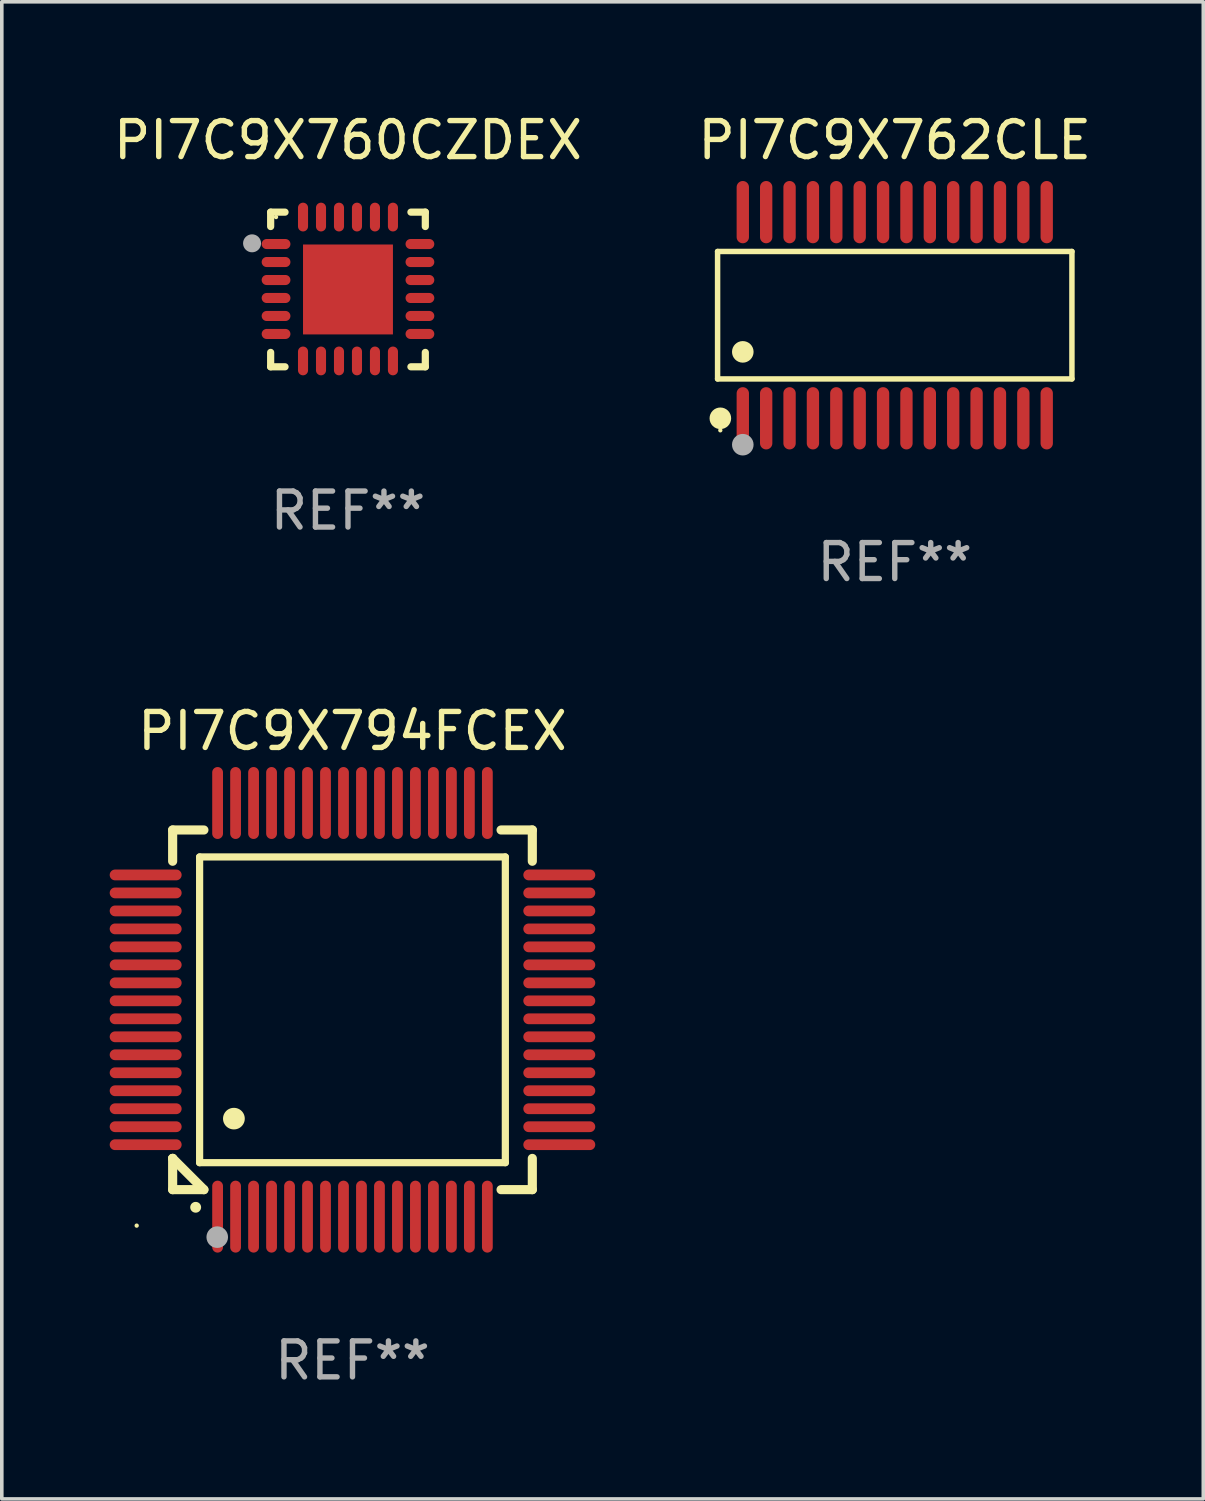
<source format=kicad_pcb>
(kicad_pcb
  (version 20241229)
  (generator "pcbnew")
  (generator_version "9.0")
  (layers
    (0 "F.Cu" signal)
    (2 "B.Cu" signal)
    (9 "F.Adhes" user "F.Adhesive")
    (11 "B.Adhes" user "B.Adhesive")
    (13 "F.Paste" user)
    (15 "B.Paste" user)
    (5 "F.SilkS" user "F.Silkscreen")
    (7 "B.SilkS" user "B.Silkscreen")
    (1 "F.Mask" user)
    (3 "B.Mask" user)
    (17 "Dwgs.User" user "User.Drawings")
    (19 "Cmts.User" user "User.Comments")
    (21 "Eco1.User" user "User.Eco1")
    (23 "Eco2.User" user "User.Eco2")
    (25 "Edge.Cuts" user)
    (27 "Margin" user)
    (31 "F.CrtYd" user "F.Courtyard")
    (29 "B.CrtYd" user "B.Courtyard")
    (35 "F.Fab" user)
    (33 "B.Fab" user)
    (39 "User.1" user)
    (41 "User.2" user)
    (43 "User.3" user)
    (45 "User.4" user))
  (footprint "PI7C9X794FCEX"
    (layer "F.Cu")
    (at 6.75 25.026)
    (property "Reference" "PI7C9X794FCEX" (at 0 -7.75 0) (layer "F.SilkS") (effects (font (size 1 1) (thickness 0.15))))
    (attr through_hole)
    (fp_line (start -5 -5) (end -4.131 -5) (stroke (width 0.254) (type solid)) (layer "F.SilkS"))
    (fp_line (start -5 -4.131) (end -5 -5) (stroke (width 0.254) (type solid)) (layer "F.SilkS"))
    (fp_line (start -5 4.131) (end -5 4.131) (stroke (width 0.254) (type solid)) (layer "F.SilkS"))
    (fp_line (start -5 5) (end -5 4.131) (stroke (width 0.254) (type solid)) (layer "F.SilkS"))
    (fp_line (start -5 4.131) (end -4.131 5) (stroke (width 0.254) (type solid)) (layer "F.SilkS"))
    (fp_line (start -4.25 -4.25) (end -4.25 4.25) (stroke (width 0.2) (type solid)) (layer "F.SilkS"))
    (fp_line (start -4.25 4.25) (end 4.25 4.25) (stroke (width 0.2) (type solid)) (layer "F.SilkS"))
    (fp_line (start -4.131 5) (end -5 5) (stroke (width 0.254) (type solid)) (layer "F.SilkS"))
    (fp_line (start 4.25 -4.25) (end -4.25 -4.25) (stroke (width 0.2) (type solid)) (layer "F.SilkS"))
    (fp_line (start 4.25 4.25) (end 4.25 -4.25) (stroke (width 0.2) (type solid)) (layer "F.SilkS"))
    (fp_line (start 5 -5) (end 4.131 -5) (stroke (width 0.254) (type solid)) (layer "F.SilkS"))
    (fp_line (start 5 -5) (end 5 -4.131) (stroke (width 0.254) (type solid)) (layer "F.SilkS"))
    (fp_line (start 5 4.131) (end 5 5) (stroke (width 0.254) (type solid)) (layer "F.SilkS"))
    (fp_line (start 5 5) (end 4.131 5) (stroke (width 0.254) (type solid)) (layer "F.SilkS"))
    (fp_arc (start -4.361265 5.489992) (mid -4.359995 5.489987) (end -4.358725 5.489992) (stroke (width 0.3) (type solid)) (layer "F.SilkS"))
    (fp_arc (start -3.299467 3.025146) (mid -3.296927 3.025135) (end -3.294387 3.025146) (stroke (width 0.6) (type solid)) (layer "F.SilkS"))
    (fp_circle (center -6 6) (end -5.97 6) (stroke (width 0.06) (type solid)) (fill no) (layer "F.SilkS"))
    (fp_circle (center -3.76 6.32) (end -3.61 6.32) (stroke (width 0.3) (type solid)) (fill no) (layer "F.Fab"))
    (fp_text user "REF**" (at 0 9.75 0) (layer "F.Fab") (effects (font (size 1 1) (thickness 0.15))))
    (pad "1" smd oval (at -3.75 5.75) (size 0.3 2) (layers "F.Cu" "F.Mask" "F.Paste"))
    (pad "2" smd oval (at -3.25 5.75) (size 0.3 2) (layers "F.Cu" "F.Mask" "F.Paste"))
    (pad "3" smd oval (at -2.75 5.75) (size 0.3 2) (layers "F.Cu" "F.Mask" "F.Paste"))
    (pad "4" smd oval (at -2.25 5.75) (size 0.3 2) (layers "F.Cu" "F.Mask" "F.Paste"))
    (pad "5" smd oval (at -1.75 5.75) (size 0.3 2) (layers "F.Cu" "F.Mask" "F.Paste"))
    (pad "6" smd oval (at -1.25 5.75) (size 0.3 2) (layers "F.Cu" "F.Mask" "F.Paste"))
    (pad "7" smd oval (at -0.75 5.75) (size 0.3 2) (layers "F.Cu" "F.Mask" "F.Paste"))
    (pad "8" smd oval (at -0.25 5.75) (size 0.3 2) (layers "F.Cu" "F.Mask" "F.Paste"))
    (pad "9" smd oval (at 0.25 5.75) (size 0.3 2) (layers "F.Cu" "F.Mask" "F.Paste"))
    (pad "10" smd oval (at 0.75 5.75) (size 0.3 2) (layers "F.Cu" "F.Mask" "F.Paste"))
    (pad "11" smd oval (at 1.25 5.75) (size 0.3 2) (layers "F.Cu" "F.Mask" "F.Paste"))
    (pad "12" smd oval (at 1.75 5.75) (size 0.3 2) (layers "F.Cu" "F.Mask" "F.Paste"))
    (pad "13" smd oval (at 2.25 5.75) (size 0.3 2) (layers "F.Cu" "F.Mask" "F.Paste"))
    (pad "14" smd oval (at 2.75 5.75) (size 0.3 2) (layers "F.Cu" "F.Mask" "F.Paste"))
    (pad "15" smd oval (at 3.25 5.75) (size 0.3 2) (layers "F.Cu" "F.Mask" "F.Paste"))
    (pad "16" smd oval (at 3.75 5.75) (size 0.3 2) (layers "F.Cu" "F.Mask" "F.Paste"))
    (pad "17" smd oval (at 5.75 3.75) (size 2 0.3) (layers "F.Cu" "F.Mask" "F.Paste"))
    (pad "18" smd oval (at 5.75 3.25) (size 2 0.3) (layers "F.Cu" "F.Mask" "F.Paste"))
    (pad "19" smd oval (at 5.75 2.75) (size 2 0.3) (layers "F.Cu" "F.Mask" "F.Paste"))
    (pad "20" smd oval (at 5.75 2.25) (size 2 0.3) (layers "F.Cu" "F.Mask" "F.Paste"))
    (pad "21" smd oval (at 5.75 1.75) (size 2 0.3) (layers "F.Cu" "F.Mask" "F.Paste"))
    (pad "22" smd oval (at 5.75 1.25) (size 2 0.3) (layers "F.Cu" "F.Mask" "F.Paste"))
    (pad "23" smd oval (at 5.75 0.75) (size 2 0.3) (layers "F.Cu" "F.Mask" "F.Paste"))
    (pad "24" smd oval (at 5.75 0.25) (size 2 0.3) (layers "F.Cu" "F.Mask" "F.Paste"))
    (pad "25" smd oval (at 5.75 -0.25) (size 2 0.3) (layers "F.Cu" "F.Mask" "F.Paste"))
    (pad "26" smd oval (at 5.75 -0.75) (size 2 0.3) (layers "F.Cu" "F.Mask" "F.Paste"))
    (pad "27" smd oval (at 5.75 -1.25) (size 2 0.3) (layers "F.Cu" "F.Mask" "F.Paste"))
    (pad "28" smd oval (at 5.75 -1.75) (size 2 0.3) (layers "F.Cu" "F.Mask" "F.Paste"))
    (pad "29" smd oval (at 5.75 -2.25) (size 2 0.3) (layers "F.Cu" "F.Mask" "F.Paste"))
    (pad "30" smd oval (at 5.75 -2.75) (size 2 0.3) (layers "F.Cu" "F.Mask" "F.Paste"))
    (pad "31" smd oval (at 5.75 -3.25) (size 2 0.3) (layers "F.Cu" "F.Mask" "F.Paste"))
    (pad "32" smd oval (at 5.75 -3.75) (size 2 0.3) (layers "F.Cu" "F.Mask" "F.Paste"))
    (pad "33" smd oval (at 3.75 -5.75) (size 0.3 2) (layers "F.Cu" "F.Mask" "F.Paste"))
    (pad "34" smd oval (at 3.25 -5.75) (size 0.3 2) (layers "F.Cu" "F.Mask" "F.Paste"))
    (pad "35" smd oval (at 2.75 -5.75) (size 0.3 2) (layers "F.Cu" "F.Mask" "F.Paste"))
    (pad "36" smd oval (at 2.25 -5.75) (size 0.3 2) (layers "F.Cu" "F.Mask" "F.Paste"))
    (pad "37" smd oval (at 1.75 -5.75) (size 0.3 2) (layers "F.Cu" "F.Mask" "F.Paste"))
    (pad "38" smd oval (at 1.25 -5.75) (size 0.3 2) (layers "F.Cu" "F.Mask" "F.Paste"))
    (pad "39" smd oval (at 0.75 -5.75) (size 0.3 2) (layers "F.Cu" "F.Mask" "F.Paste"))
    (pad "40" smd oval (at 0.25 -5.75) (size 0.3 2) (layers "F.Cu" "F.Mask" "F.Paste"))
    (pad "41" smd oval (at -0.25 -5.75) (size 0.3 2) (layers "F.Cu" "F.Mask" "F.Paste"))
    (pad "42" smd oval (at -0.75 -5.75) (size 0.3 2) (layers "F.Cu" "F.Mask" "F.Paste"))
    (pad "43" smd oval (at -1.25 -5.75) (size 0.3 2) (layers "F.Cu" "F.Mask" "F.Paste"))
    (pad "44" smd oval (at -1.75 -5.75) (size 0.3 2) (layers "F.Cu" "F.Mask" "F.Paste"))
    (pad "45" smd oval (at -2.25 -5.75) (size 0.3 2) (layers "F.Cu" "F.Mask" "F.Paste"))
    (pad "46" smd oval (at -2.75 -5.75) (size 0.3 2) (layers "F.Cu" "F.Mask" "F.Paste"))
    (pad "47" smd oval (at -3.25 -5.75) (size 0.3 2) (layers "F.Cu" "F.Mask" "F.Paste"))
    (pad "48" smd oval (at -3.75 -5.75) (size 0.3 2) (layers "F.Cu" "F.Mask" "F.Paste"))
    (pad "49" smd oval (at -5.75 -3.75) (size 2 0.3) (layers "F.Cu" "F.Mask" "F.Paste"))
    (pad "50" smd oval (at -5.75 -3.25) (size 2 0.3) (layers "F.Cu" "F.Mask" "F.Paste"))
    (pad "51" smd oval (at -5.75 -2.75) (size 2 0.3) (layers "F.Cu" "F.Mask" "F.Paste"))
    (pad "52" smd oval (at -5.75 -2.25) (size 2 0.3) (layers "F.Cu" "F.Mask" "F.Paste"))
    (pad "53" smd oval (at -5.75 -1.75) (size 2 0.3) (layers "F.Cu" "F.Mask" "F.Paste"))
    (pad "54" smd oval (at -5.75 -1.25) (size 2 0.3) (layers "F.Cu" "F.Mask" "F.Paste"))
    (pad "55" smd oval (at -5.75 -0.75) (size 2 0.3) (layers "F.Cu" "F.Mask" "F.Paste"))
    (pad "56" smd oval (at -5.75 -0.25) (size 2 0.3) (layers "F.Cu" "F.Mask" "F.Paste"))
    (pad "57" smd oval (at -5.75 0.25) (size 2 0.3) (layers "F.Cu" "F.Mask" "F.Paste"))
    (pad "58" smd oval (at -5.75 0.75) (size 2 0.3) (layers "F.Cu" "F.Mask" "F.Paste"))
    (pad "59" smd oval (at -5.75 1.25) (size 2 0.3) (layers "F.Cu" "F.Mask" "F.Paste"))
    (pad "60" smd oval (at -5.75 1.75) (size 2 0.3) (layers "F.Cu" "F.Mask" "F.Paste"))
    (pad "61" smd oval (at -5.75 2.25) (size 2 0.3) (layers "F.Cu" "F.Mask" "F.Paste"))
    (pad "62" smd oval (at -5.75 2.75) (size 2 0.3) (layers "F.Cu" "F.Mask" "F.Paste"))
    (pad "63" smd oval (at -5.75 3.25) (size 2 0.3) (layers "F.Cu" "F.Mask" "F.Paste"))
    (pad "64" smd oval (at -5.75 3.75) (size 2 0.3) (layers "F.Cu" "F.Mask" "F.Paste")))
  (footprint "PI7C9X762CLE"
    (layer "F.Cu")
    (at 21.827 5.714)
    (property "Reference" "PI7C9X762CLE" (at 0 -4.866 0) (layer "F.SilkS") (effects (font (size 1 1) (thickness 0.15))))
    (attr through_hole)
    (fp_line (start -4.926 -1.772) (end 4.926 -1.772) (stroke (width 0.152) (type solid)) (layer "F.SilkS"))
    (fp_line (start -4.926 1.771) (end -4.926 -1.772) (stroke (width 0.152) (type solid)) (layer "F.SilkS"))
    (fp_line (start 4.926 -1.772) (end 4.926 1.771) (stroke (width 0.152) (type solid)) (layer "F.SilkS"))
    (fp_line (start 4.926 1.771) (end -4.926 1.771) (stroke (width 0.152) (type solid)) (layer "F.SilkS"))
    (fp_circle (center -4.85 3.2) (end -4.82 3.2) (stroke (width 0.06) (type solid)) (fill no) (layer "F.SilkS"))
    (fp_circle (center -4.849 2.866) (end -4.699 2.866) (stroke (width 0.3) (type solid)) (fill no) (layer "F.SilkS"))
    (fp_circle (center -4.225 1.019) (end -4.075 1.019) (stroke (width 0.3) (type solid)) (fill no) (layer "F.SilkS"))
    (fp_circle (center -4.225 3.6) (end -4.075 3.6) (stroke (width 0.3) (type solid)) (fill no) (layer "F.Fab"))
    (fp_text user "REF**" (at 0 6.866 0) (layer "F.Fab") (effects (font (size 1 1) (thickness 0.15))))
    (pad "1" smd oval (at -4.225 2.866) (size 0.343 1.731) (layers "F.Cu" "F.Mask" "F.Paste"))
    (pad "2" smd oval (at -3.575 2.866) (size 0.343 1.731) (layers "F.Cu" "F.Mask" "F.Paste"))
    (pad "3" smd oval (at -2.925 2.866) (size 0.343 1.731) (layers "F.Cu" "F.Mask" "F.Paste"))
    (pad "4" smd oval (at -2.275 2.866) (size 0.343 1.731) (layers "F.Cu" "F.Mask" "F.Paste"))
    (pad "5" smd oval (at -1.625 2.866) (size 0.343 1.731) (layers "F.Cu" "F.Mask" "F.Paste"))
    (pad "6" smd oval (at -0.975 2.866) (size 0.343 1.731) (layers "F.Cu" "F.Mask" "F.Paste"))
    (pad "7" smd oval (at -0.325 2.866) (size 0.343 1.731) (layers "F.Cu" "F.Mask" "F.Paste"))
    (pad "8" smd oval (at 0.325 2.866) (size 0.343 1.731) (layers "F.Cu" "F.Mask" "F.Paste"))
    (pad "9" smd oval (at 0.975 2.866) (size 0.343 1.731) (layers "F.Cu" "F.Mask" "F.Paste"))
    (pad "10" smd oval (at 1.625 2.866) (size 0.343 1.731) (layers "F.Cu" "F.Mask" "F.Paste"))
    (pad "11" smd oval (at 2.275 2.866) (size 0.343 1.731) (layers "F.Cu" "F.Mask" "F.Paste"))
    (pad "12" smd oval (at 2.925 2.866) (size 0.343 1.731) (layers "F.Cu" "F.Mask" "F.Paste"))
    (pad "13" smd oval (at 3.575 2.866) (size 0.343 1.731) (layers "F.Cu" "F.Mask" "F.Paste"))
    (pad "14" smd oval (at 4.225 2.866) (size 0.343 1.731) (layers "F.Cu" "F.Mask" "F.Paste"))
    (pad "15" smd oval (at 4.225 -2.866) (size 0.343 1.731) (layers "F.Cu" "F.Mask" "F.Paste"))
    (pad "16" smd oval (at 3.575 -2.866) (size 0.343 1.731) (layers "F.Cu" "F.Mask" "F.Paste"))
    (pad "17" smd oval (at 2.925 -2.866) (size 0.343 1.731) (layers "F.Cu" "F.Mask" "F.Paste"))
    (pad "18" smd oval (at 2.275 -2.866) (size 0.343 1.731) (layers "F.Cu" "F.Mask" "F.Paste"))
    (pad "19" smd oval (at 1.625 -2.866) (size 0.343 1.731) (layers "F.Cu" "F.Mask" "F.Paste"))
    (pad "20" smd oval (at 0.975 -2.866) (size 0.343 1.731) (layers "F.Cu" "F.Mask" "F.Paste"))
    (pad "21" smd oval (at 0.325 -2.866) (size 0.343 1.731) (layers "F.Cu" "F.Mask" "F.Paste"))
    (pad "22" smd oval (at -0.325 -2.866) (size 0.343 1.731) (layers "F.Cu" "F.Mask" "F.Paste"))
    (pad "23" smd oval (at -0.975 -2.866) (size 0.343 1.731) (layers "F.Cu" "F.Mask" "F.Paste"))
    (pad "24" smd oval (at -1.625 -2.866) (size 0.343 1.731) (layers "F.Cu" "F.Mask" "F.Paste"))
    (pad "25" smd oval (at -2.275 -2.866) (size 0.343 1.731) (layers "F.Cu" "F.Mask" "F.Paste"))
    (pad "26" smd oval (at -2.925 -2.866) (size 0.343 1.731) (layers "F.Cu" "F.Mask" "F.Paste"))
    (pad "27" smd oval (at -3.575 -2.866) (size 0.343 1.731) (layers "F.Cu" "F.Mask" "F.Paste"))
    (pad "28" smd oval (at -4.225 -2.866) (size 0.343 1.731) (layers "F.Cu" "F.Mask" "F.Paste")))
  (footprint "PI7C9X760CZDEX"
    (layer "F.Cu")
    (at 6.625 4.998)
    (property "Reference" "PI7C9X760CZDEX" (at 0 -4.15 0) (layer "F.SilkS") (effects (font (size 1 1) (thickness 0.15))))
    (attr through_hole)
    (fp_line (start -2.15 -2.15) (end -1.75 -2.15) (stroke (width 0.2) (type solid)) (layer "F.SilkS"))
    (fp_line (start -2.15 -1.75) (end -2.15 -2.15) (stroke (width 0.2) (type solid)) (layer "F.SilkS"))
    (fp_line (start -2.15 2.15) (end -2.15 1.75) (stroke (width 0.2) (type solid)) (layer "F.SilkS"))
    (fp_line (start -1.75 2.15) (end -2.15 2.15) (stroke (width 0.2) (type solid)) (layer "F.SilkS"))
    (fp_line (start 1.75 -2.15) (end 2.15 -2.15) (stroke (width 0.2) (type solid)) (layer "F.SilkS"))
    (fp_line (start 1.75 2.15) (end 2.15 2.15) (stroke (width 0.2) (type solid)) (layer "F.SilkS"))
    (fp_line (start 2.15 -2.15) (end 2.15 -1.75) (stroke (width 0.2) (type solid)) (layer "F.SilkS"))
    (fp_line (start 2.15 2.15) (end 2.15 1.75) (stroke (width 0.2) (type solid)) (layer "F.SilkS"))
    (fp_circle (center -2 -2.013) (end -1.97 -2.013) (stroke (width 0.06) (type solid)) (fill no) (layer "F.SilkS"))
    (fp_circle (center -2.667 -1.283) (end -2.542 -1.283) (stroke (width 0.25) (type solid)) (fill no) (layer "F.Fab"))
    (fp_text user "REF**" (at 0 6.15 0) (layer "F.Fab") (effects (font (size 1 1) (thickness 0.15))))
    (pad "1" smd oval (at -2 -1.263) (size 0.8 0.28) (layers "F.Cu" "F.Mask" "F.Paste"))
    (pad "2" smd oval (at -2 -0.763) (size 0.8 0.28) (layers "F.Cu" "F.Mask" "F.Paste"))
    (pad "3" smd oval (at -2 -0.263) (size 0.8 0.28) (layers "F.Cu" "F.Mask" "F.Paste"))
    (pad "4" smd oval (at -2 0.237) (size 0.8 0.28) (layers "F.Cu" "F.Mask" "F.Paste"))
    (pad "5" smd oval (at -2 0.737) (size 0.8 0.28) (layers "F.Cu" "F.Mask" "F.Paste"))
    (pad "6" smd oval (at -2 1.237) (size 0.8 0.28) (layers "F.Cu" "F.Mask" "F.Paste"))
    (pad "7" smd oval (at -1.25 1.987) (size 0.28 0.8) (layers "F.Cu" "F.Mask" "F.Paste"))
    (pad "8" smd oval (at -0.75 1.987) (size 0.28 0.8) (layers "F.Cu" "F.Mask" "F.Paste"))
    (pad "9" smd oval (at -0.25 1.987) (size 0.28 0.8) (layers "F.Cu" "F.Mask" "F.Paste"))
    (pad "10" smd oval (at 0.25 1.987) (size 0.28 0.8) (layers "F.Cu" "F.Mask" "F.Paste"))
    (pad "11" smd oval (at 0.75 1.987) (size 0.28 0.8) (layers "F.Cu" "F.Mask" "F.Paste"))
    (pad "12" smd oval (at 1.25 1.987) (size 0.28 0.8) (layers "F.Cu" "F.Mask" "F.Paste"))
    (pad "13" smd oval (at 2 1.237) (size 0.8 0.28) (layers "F.Cu" "F.Mask" "F.Paste"))
    (pad "14" smd oval (at 2 0.737) (size 0.8 0.28) (layers "F.Cu" "F.Mask" "F.Paste"))
    (pad "15" smd oval (at 2 0.237) (size 0.8 0.28) (layers "F.Cu" "F.Mask" "F.Paste"))
    (pad "16" smd oval (at 2 -0.263) (size 0.8 0.28) (layers "F.Cu" "F.Mask" "F.Paste"))
    (pad "17" smd oval (at 2 -0.763) (size 0.8 0.28) (layers "F.Cu" "F.Mask" "F.Paste"))
    (pad "18" smd oval (at 2 -1.263) (size 0.8 0.28) (layers "F.Cu" "F.Mask" "F.Paste"))
    (pad "19" smd oval (at 1.25 -2.013) (size 0.28 0.8) (layers "F.Cu" "F.Mask" "F.Paste"))
    (pad "20" smd oval (at 0.75 -2.013) (size 0.28 0.8) (layers "F.Cu" "F.Mask" "F.Paste"))
    (pad "21" smd oval (at 0.25 -2.013) (size 0.28 0.8) (layers "F.Cu" "F.Mask" "F.Paste"))
    (pad "22" smd oval (at -0.25 -2.013) (size 0.28 0.8) (layers "F.Cu" "F.Mask" "F.Paste"))
    (pad "23" smd oval (at -0.75 -2.013) (size 0.28 0.8) (layers "F.Cu" "F.Mask" "F.Paste"))
    (pad "24" smd oval (at -1.25 -2.013) (size 0.28 0.8) (layers "F.Cu" "F.Mask" "F.Paste"))
    (pad "25" smd rect (at -0.000127 -0.00014) (size 2.5 2.5) (layers "F.Cu" "F.Mask" "F.Paste")))
  (gr_rect
    (start -3 -3)
    (end 30.405 38.624)
    (stroke (width 0.1) (type default))
    (fill no)
    (layer "Edge.Cuts")))
</source>
